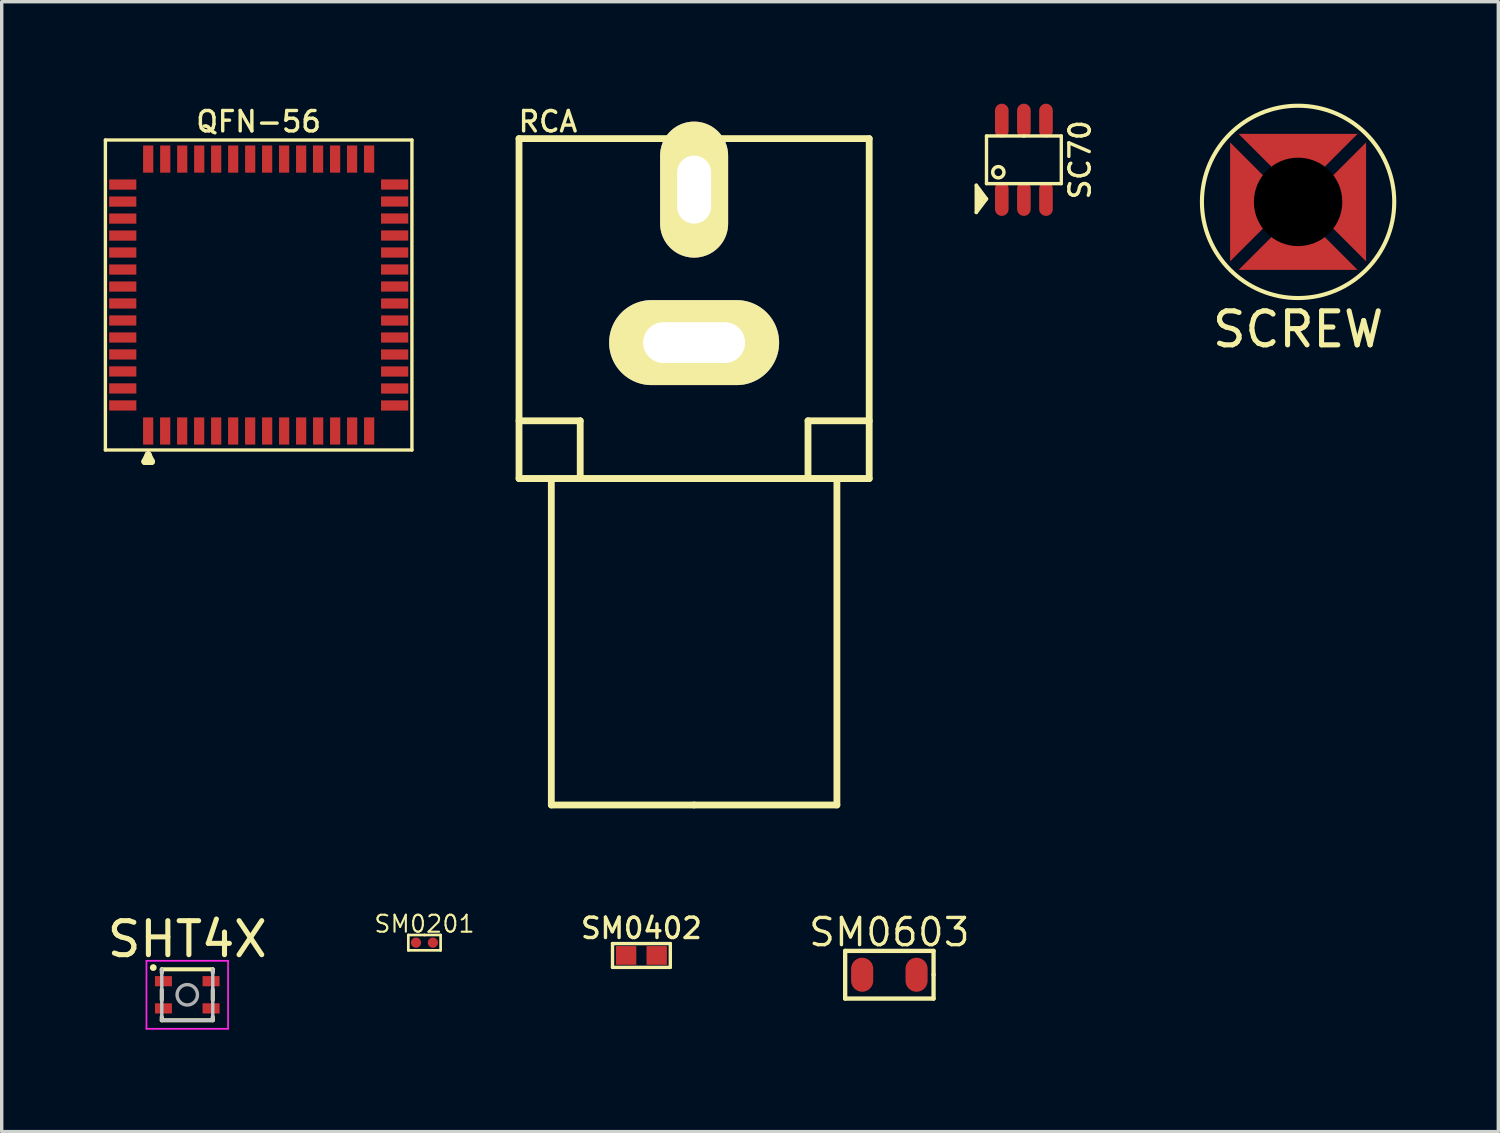
<source format=kicad_pcb>
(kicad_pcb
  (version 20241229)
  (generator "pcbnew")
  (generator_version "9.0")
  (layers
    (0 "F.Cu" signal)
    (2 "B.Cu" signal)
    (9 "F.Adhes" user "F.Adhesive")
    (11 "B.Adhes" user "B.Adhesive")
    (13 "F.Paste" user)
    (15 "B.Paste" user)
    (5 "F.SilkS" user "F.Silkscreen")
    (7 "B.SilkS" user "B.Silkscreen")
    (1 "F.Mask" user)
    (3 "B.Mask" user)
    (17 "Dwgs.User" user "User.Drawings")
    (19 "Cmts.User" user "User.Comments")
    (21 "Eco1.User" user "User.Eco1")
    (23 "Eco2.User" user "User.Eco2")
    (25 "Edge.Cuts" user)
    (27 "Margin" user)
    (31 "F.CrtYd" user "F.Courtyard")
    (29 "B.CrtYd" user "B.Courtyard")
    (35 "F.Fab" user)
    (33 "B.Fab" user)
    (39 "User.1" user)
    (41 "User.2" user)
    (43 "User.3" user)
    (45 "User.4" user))
  (footprint "SHT4X"
    (layer "F.Cu")
    (at 2.458 26.21)
    (property "Reference" "SHT4X" (at 0 -1.635 0) (layer "F.SilkS") (effects (font (size 1 1) (thickness 0.15))))
    (attr smd)
    (fp_line (start -0.75 -0.65) (end -0.75 -0.75) (stroke (width 0.12) (type default)) (layer "F.SilkS"))
    (fp_line (start -0.75 -0.15) (end -0.75 0.15) (stroke (width 0.12) (type default)) (layer "F.SilkS"))
    (fp_line (start -0.75 0.65) (end -0.75 0.75) (stroke (width 0.12) (type default)) (layer "F.SilkS"))
    (fp_line (start 0.75 -0.75) (end -0.75 -0.75) (stroke (width 0.12) (type default)) (layer "F.SilkS"))
    (fp_line (start 0.75 -0.65) (end 0.75 -0.75) (stroke (width 0.12) (type default)) (layer "F.SilkS"))
    (fp_line (start 0.75 -0.15) (end 0.75 0.15) (stroke (width 0.12) (type default)) (layer "F.SilkS"))
    (fp_line (start 0.75 0.65) (end 0.75 0.75) (stroke (width 0.12) (type default)) (layer "F.SilkS"))
    (fp_line (start 0.75 0.75) (end -0.75 0.75) (stroke (width 0.12) (type default)) (layer "F.SilkS"))
    (fp_circle (center -1 -0.8) (end -0.95 -0.8) (stroke (width 0.1) (type solid)) (fill no) (layer "F.SilkS"))
    (fp_line (start -0.75 -0.75) (end -0.75 0.75) (stroke (width 0.1) (type solid)) (layer "Dwgs.User"))
    (fp_line (start -0.75 0.75) (end 0.75 0.75) (stroke (width 0.1) (type solid)) (layer "Dwgs.User"))
    (fp_line (start 0.75 0.75) (end 0.75 -0.75) (stroke (width 0.1) (type solid)) (layer "Dwgs.User"))
    (fp_line (start -1.2 -1) (end -1.2 1) (stroke (width 0.05) (type solid)) (layer "F.CrtYd"))
    (fp_line (start -1.2 1) (end 1.2 1) (stroke (width 0.05) (type solid)) (layer "F.CrtYd"))
    (fp_line (start 1.2 -1) (end -1.2 -1) (stroke (width 0.05) (type solid)) (layer "F.CrtYd"))
    (fp_line (start 1.2 1) (end 1.2 -1) (stroke (width 0.05) (type solid)) (layer "F.CrtYd"))
    (fp_circle (center 0 0) (end 0.3 0) (stroke (width 0.1) (type solid)) (fill no) (layer "F.Fab"))
    (pad "1" smd rect (at -0.7 -0.4) (size 0.5 0.3) (layers "F.Cu" "F.Mask" "F.Paste"))
    (pad "2" smd rect (at -0.7 0.4) (size 0.5 0.3) (layers "F.Cu" "F.Mask" "F.Paste"))
    (pad "3" smd rect (at 0.7 0.4) (size 0.5 0.3) (layers "F.Cu" "F.Mask" "F.Paste"))
    (pad "4" smd rect (at 0.7 -0.4) (size 0.5 0.3) (layers "F.Cu" "F.Mask" "F.Paste")))
  (footprint "QFN-56"
    (layer "F.Cu")
    (at 4.558 5.627)
    (property "Reference" "QFN-56" (at 0 -5.1 0) (layer "F.SilkS") (effects (font (size 0.6 0.6) (thickness 0.1))))
    (attr through_hole)
    (fp_line (start -4.508 -4.559) (end -4.508 4.559) (stroke (width 0.099) (type solid)) (layer "F.SilkS"))
    (fp_line (start -4.508 -4.559) (end 4.508 -4.559) (stroke (width 0.099) (type solid)) (layer "F.SilkS"))
    (fp_line (start -4.508 4.559) (end 4.508 4.559) (stroke (width 0.099) (type solid)) (layer "F.SilkS"))
    (fp_line (start -3.25 4.7) (end -3.35 4.9) (stroke (width 0.2) (type solid)) (layer "F.SilkS"))
    (fp_line (start -3.25 4.7) (end -3.25 4.9) (stroke (width 0.2) (type solid)) (layer "F.SilkS"))
    (fp_line (start -3.25 4.7) (end -3.15 4.9) (stroke (width 0.2) (type solid)) (layer "F.SilkS"))
    (fp_line (start -3.15 4.9) (end -3.35 4.9) (stroke (width 0.2) (type solid)) (layer "F.SilkS"))
    (fp_line (start 4.508 -4.559) (end 4.508 4.559) (stroke (width 0.099) (type solid)) (layer "F.SilkS"))
    (pad "1" smd rect (at -3.25 4) (size 0.3 0.8) (layers "F.Cu" "F.Mask" "F.Paste"))
    (pad "2" smd rect (at -2.75 4) (size 0.3 0.8) (layers "F.Cu" "F.Mask" "F.Paste"))
    (pad "3" smd rect (at -2.25 4) (size 0.3 0.8) (layers "F.Cu" "F.Mask" "F.Paste"))
    (pad "4" smd rect (at -1.75 4) (size 0.3 0.8) (layers "F.Cu" "F.Mask" "F.Paste"))
    (pad "5" smd rect (at -1.25 4) (size 0.3 0.8) (layers "F.Cu" "F.Mask" "F.Paste"))
    (pad "6" smd rect (at -0.75 4) (size 0.3 0.8) (layers "F.Cu" "F.Mask" "F.Paste"))
    (pad "7" smd rect (at -0.25 4) (size 0.3 0.8) (layers "F.Cu" "F.Mask" "F.Paste"))
    (pad "8" smd rect (at 0.25 4) (size 0.3 0.8) (layers "F.Cu" "F.Mask" "F.Paste"))
    (pad "9" smd rect (at 0.75 4) (size 0.3 0.8) (layers "F.Cu" "F.Mask" "F.Paste"))
    (pad "10" smd rect (at 1.25 4) (size 0.3 0.8) (layers "F.Cu" "F.Mask" "F.Paste"))
    (pad "11" smd rect (at 1.75 4) (size 0.3 0.8) (layers "F.Cu" "F.Mask" "F.Paste"))
    (pad "12" smd rect (at 2.25 4) (size 0.3 0.8) (layers "F.Cu" "F.Mask" "F.Paste"))
    (pad "13" smd rect (at 2.75 4) (size 0.3 0.8) (layers "F.Cu" "F.Mask" "F.Paste"))
    (pad "14" smd rect (at 3.25 4) (size 0.3 0.8) (layers "F.Cu" "F.Mask" "F.Paste"))
    (pad "15" smd rect (at 4 3.25 90) (size 0.3 0.8) (layers "F.Cu" "F.Mask" "F.Paste"))
    (pad "16" smd rect (at 4 2.75 90) (size 0.3 0.8) (layers "F.Cu" "F.Mask" "F.Paste"))
    (pad "17" smd rect (at 4 2.25 90) (size 0.3 0.8) (layers "F.Cu" "F.Mask" "F.Paste"))
    (pad "18" smd rect (at 4 1.75 90) (size 0.3 0.8) (layers "F.Cu" "F.Mask" "F.Paste"))
    (pad "19" smd rect (at 4 1.25 90) (size 0.3 0.8) (layers "F.Cu" "F.Mask" "F.Paste"))
    (pad "20" smd rect (at 4 0.75 90) (size 0.3 0.8) (layers "F.Cu" "F.Mask" "F.Paste"))
    (pad "21" smd rect (at 4 0.25 90) (size 0.3 0.8) (layers "F.Cu" "F.Mask" "F.Paste"))
    (pad "22" smd rect (at 4 -0.25 90) (size 0.3 0.8) (layers "F.Cu" "F.Mask" "F.Paste"))
    (pad "23" smd rect (at 4 -0.75 90) (size 0.3 0.8) (layers "F.Cu" "F.Mask" "F.Paste"))
    (pad "24" smd rect (at 4 -1.25 90) (size 0.3 0.8) (layers "F.Cu" "F.Mask" "F.Paste"))
    (pad "25" smd rect (at 4 -1.75 90) (size 0.3 0.8) (layers "F.Cu" "F.Mask" "F.Paste"))
    (pad "26" smd rect (at 4 -2.25 90) (size 0.3 0.8) (layers "F.Cu" "F.Mask" "F.Paste"))
    (pad "27" smd rect (at 4 -2.75 90) (size 0.3 0.8) (layers "F.Cu" "F.Mask" "F.Paste"))
    (pad "28" smd rect (at 4 -3.25 90) (size 0.3 0.8) (layers "F.Cu" "F.Mask" "F.Paste"))
    (pad "29" smd rect (at 3.249 -3.998) (size 0.3 0.8) (layers "F.Cu" "F.Mask" "F.Paste"))
    (pad "30" smd rect (at 2.748 -3.998) (size 0.3 0.8) (layers "F.Cu" "F.Mask" "F.Paste"))
    (pad "31" smd rect (at 2.248 -3.998) (size 0.3 0.8) (layers "F.Cu" "F.Mask" "F.Paste"))
    (pad "32" smd rect (at 1.748 -3.998) (size 0.3 0.8) (layers "F.Cu" "F.Mask" "F.Paste"))
    (pad "33" smd rect (at 1.25 -3.998) (size 0.3 0.8) (layers "F.Cu" "F.Mask" "F.Paste"))
    (pad "34" smd rect (at 0.749 -3.998) (size 0.3 0.8) (layers "F.Cu" "F.Mask" "F.Paste"))
    (pad "35" smd rect (at 0.249 -3.998) (size 0.3 0.8) (layers "F.Cu" "F.Mask" "F.Paste"))
    (pad "36" smd rect (at -0.249 -3.998) (size 0.3 0.8) (layers "F.Cu" "F.Mask" "F.Paste"))
    (pad "37" smd rect (at -0.749 -3.998) (size 0.3 0.8) (layers "F.Cu" "F.Mask" "F.Paste"))
    (pad "38" smd rect (at -1.25 -3.998) (size 0.3 0.8) (layers "F.Cu" "F.Mask" "F.Paste"))
    (pad "39" smd rect (at -1.748 -3.998) (size 0.3 0.8) (layers "F.Cu" "F.Mask" "F.Paste"))
    (pad "40" smd rect (at -2.248 -3.998) (size 0.3 0.8) (layers "F.Cu" "F.Mask" "F.Paste"))
    (pad "41" smd rect (at -2.748 -3.998) (size 0.3 0.8) (layers "F.Cu" "F.Mask" "F.Paste"))
    (pad "42" smd rect (at -3.249 -3.998) (size 0.3 0.8) (layers "F.Cu" "F.Mask" "F.Paste"))
    (pad "43" smd rect (at -3.998 -3.249 90) (size 0.3 0.8) (layers "F.Cu" "F.Mask" "F.Paste"))
    (pad "44" smd rect (at -3.998 -2.748 90) (size 0.3 0.8) (layers "F.Cu" "F.Mask" "F.Paste"))
    (pad "45" smd rect (at -3.998 -2.248 90) (size 0.3 0.8) (layers "F.Cu" "F.Mask" "F.Paste"))
    (pad "46" smd rect (at -3.998 -1.748 90) (size 0.3 0.8) (layers "F.Cu" "F.Mask" "F.Paste"))
    (pad "47" smd rect (at -3.998 -1.25 90) (size 0.3 0.8) (layers "F.Cu" "F.Mask" "F.Paste"))
    (pad "48" smd rect (at -3.998 -0.749 90) (size 0.3 0.8) (layers "F.Cu" "F.Mask" "F.Paste"))
    (pad "49" smd rect (at -3.998 -0.249 90) (size 0.3 0.8) (layers "F.Cu" "F.Mask" "F.Paste"))
    (pad "50" smd rect (at -3.998 0.249 90) (size 0.3 0.8) (layers "F.Cu" "F.Mask" "F.Paste"))
    (pad "51" smd rect (at -3.998 0.749 90) (size 0.3 0.8) (layers "F.Cu" "F.Mask" "F.Paste"))
    (pad "52" smd rect (at -3.998 1.25 90) (size 0.3 0.8) (layers "F.Cu" "F.Mask" "F.Paste"))
    (pad "53" smd rect (at -3.998 1.748 90) (size 0.3 0.8) (layers "F.Cu" "F.Mask" "F.Paste"))
    (pad "54" smd rect (at -3.998 2.248 90) (size 0.3 0.8) (layers "F.Cu" "F.Mask" "F.Paste"))
    (pad "55" smd rect (at -3.998 2.748 90) (size 0.3 0.8) (layers "F.Cu" "F.Mask" "F.Paste"))
    (pad "56" smd rect (at -3.998 3.249 90) (size 0.3 0.8) (layers "F.Cu" "F.Mask" "F.Paste")))
  (footprint "SM0402"
    (layer "F.Cu")
    (at 15.816 25.053)
    (property "Reference" "SM0402" (at 0 -0.8 0) (layer "F.SilkS") (effects (font (size 0.6 0.6) (thickness 0.1))))
    (attr smd)
    (fp_line (start -0.85 -0.35) (end -0.85 0.35) (stroke (width 0.1) (type solid)) (layer "F.SilkS"))
    (fp_line (start -0.85 0.35) (end 0.85 0.35) (stroke (width 0.1) (type solid)) (layer "F.SilkS"))
    (fp_line (start 0.85 -0.35) (end -0.85 -0.35) (stroke (width 0.1) (type solid)) (layer "F.SilkS"))
    (fp_line (start 0.85 0.35) (end 0.85 -0.35) (stroke (width 0.1) (type solid)) (layer "F.SilkS"))
    (pad "1" smd rect (at -0.45 0) (size 0.6 0.55) (layers "F.Cu" "F.Mask" "F.Paste"))
    (pad "2" smd rect (at 0.45 0) (size 0.6 0.55) (layers "F.Cu" "F.Mask" "F.Paste")))
  (footprint "SM0201"
    (layer "F.Cu")
    (at 9.435 24.677)
    (property "Reference" "SM0201" (at 0 -0.551 0) (layer "F.SilkS") (effects (font (size 0.5 0.5) (thickness 0.061))))
    (attr through_hole)
    (fp_line (start -0.475 -0.226) (end -0.475 0.226) (stroke (width 0.079) (type solid)) (layer "F.SilkS"))
    (fp_line (start -0.475 0.226) (end 0.475 0.226) (stroke (width 0.079) (type solid)) (layer "F.SilkS"))
    (fp_line (start 0 -0.226) (end -0.475 -0.226) (stroke (width 0.079) (type solid)) (layer "F.SilkS"))
    (fp_line (start 0.475 -0.226) (end 0 -0.226) (stroke (width 0.079) (type solid)) (layer "F.SilkS"))
    (fp_line (start 0.475 0.226) (end 0.475 -0.226) (stroke (width 0.079) (type solid)) (layer "F.SilkS"))
    (pad "1" smd oval (at -0.249 0) (size 0.3 0.3) (layers "F.Cu" "F.Mask" "F.Paste"))
    (pad "2" smd oval (at 0.249 0) (size 0.3 0.3) (layers "F.Cu" "F.Mask" "F.Paste")))
  (footprint "SM0603"
    (layer "F.Cu")
    (at 23.109 25.62)
    (property "Reference" "SM0603" (at 0 -1.25 0) (layer "F.SilkS") (effects (font (size 0.8 0.8) (thickness 0.1))))
    (attr smd)
    (fp_line (start -1.3 -0.701) (end -1.3 0.701) (stroke (width 0.127) (type solid)) (layer "F.SilkS"))
    (fp_line (start -1.3 0.701) (end 1.3 0.701) (stroke (width 0.127) (type solid)) (layer "F.SilkS"))
    (fp_line (start 1.3 -0.701) (end -1.3 -0.701) (stroke (width 0.127) (type solid)) (layer "F.SilkS"))
    (fp_line (start 1.3 0) (end 1.3 -0.701) (stroke (width 0.127) (type solid)) (layer "F.SilkS"))
    (fp_line (start 1.3 0.701) (end 1.3 0) (stroke (width 0.127) (type solid)) (layer "F.SilkS"))
    (pad "1" smd oval (at -0.8 0) (size 0.65 1) (layers "F.Cu" "F.Mask" "F.Paste"))
    (pad "2" smd oval (at 0.8 0) (size 0.65 1) (layers "F.Cu" "F.Mask" "F.Paste")))
  (footprint "SCREW"
    (layer "F.Cu")
    (at 35.131 2.888)
    (property "Reference" "SCREW" (at 0 3.75 180) (layer "F.SilkS") (effects (font (size 1 1) (thickness 0.15))))
    (attr through_hole)
    (fp_circle (center 0 0) (end 2 -2) (stroke (width 0.12) (type solid)) (fill no) (layer "F.SilkS"))
    (pad "" np_thru_hole circle (at 0 0) (size 2.6 2.6) (drill 2.6) (layers "*.Mask"))
    (pad "1" smd trapezoid (at 0 -1.5 180) (size 2.5 1) (rect_delta 0 1) (layers "F.Cu" "F.Mask" "F.Paste"))
    (pad "1" smd trapezoid (at 0 1.5) (size 2.5 1) (rect_delta 0 1) (layers "F.Cu" "F.Mask" "F.Paste"))
    (pad "2" smd trapezoid (at -1.5 0 270) (size 2.5 1) (rect_delta 0 1) (layers "F.Cu" "F.Mask" "F.Paste"))
    (pad "2" smd trapezoid (at 1.5 0 90) (size 2.5 1) (rect_delta 0 1) (layers "F.Cu" "F.Mask" "F.Paste")))
  (footprint "SC70"
    (layer "F.Cu")
    (at 27.066 1.65)
    (property "Reference" "SC70" (at 1.65 0 90) (layer "F.SilkS") (effects (font (size 0.6 0.6) (thickness 0.1))))
    (attr through_hole)
    (fp_line (start -1.4 0.749) (end -1.4 1.549) (stroke (width 0.102) (type solid)) (layer "F.SilkS"))
    (fp_line (start -1.4 1.549) (end -1.1 1.151) (stroke (width 0.102) (type solid)) (layer "F.SilkS"))
    (fp_line (start -1.349 0.95) (end -1.349 1.351) (stroke (width 0.102) (type solid)) (layer "F.SilkS"))
    (fp_line (start -1.3 1.001) (end -1.3 1.3) (stroke (width 0.102) (type solid)) (layer "F.SilkS"))
    (fp_line (start -1.25 1.049) (end -1.25 1.25) (stroke (width 0.102) (type solid)) (layer "F.SilkS"))
    (fp_line (start -1.199 1.1) (end -1.199 1.151) (stroke (width 0.102) (type solid)) (layer "F.SilkS"))
    (fp_line (start -1.1 -0.701) (end 0 -0.701) (stroke (width 0.099) (type solid)) (layer "F.SilkS"))
    (fp_line (start -1.1 0.701) (end -1.1 -0.701) (stroke (width 0.099) (type solid)) (layer "F.SilkS"))
    (fp_line (start -1.1 1.151) (end -1.4 0.749) (stroke (width 0.102) (type solid)) (layer "F.SilkS"))
    (fp_line (start 0 -0.701) (end 1.1 -0.701) (stroke (width 0.099) (type solid)) (layer "F.SilkS"))
    (fp_line (start 1.1 -0.701) (end 1.1 0.701) (stroke (width 0.099) (type solid)) (layer "F.SilkS"))
    (fp_line (start 1.1 0.701) (end -1.1 0.701) (stroke (width 0.099) (type solid)) (layer "F.SilkS"))
    (fp_circle (center -0.752 0.366) (end -0.64 0.488) (stroke (width 0.102) (type solid)) (fill no) (layer "F.SilkS"))
    (pad "1" smd oval (at -0.65 1.15) (size 0.4 1) (layers "F.Cu" "F.Mask" "F.Paste"))
    (pad "2" smd oval (at 0 1.15) (size 0.4 1) (layers "F.Cu" "F.Mask" "F.Paste"))
    (pad "3" smd oval (at 0.65 1.15) (size 0.4 1) (layers "F.Cu" "F.Mask" "F.Paste"))
    (pad "4" smd oval (at 0.65 -1.15) (size 0.4 1) (layers "F.Cu" "F.Mask" "F.Paste"))
    (pad "5" smd oval (at 0 -1.15) (size 0.4 1) (layers "F.Cu" "F.Mask" "F.Paste"))
    (pad "6" smd oval (at -0.65 -1.15) (size 0.4 1) (layers "F.Cu" "F.Mask" "F.Paste")))
  (footprint "RCA"
    (layer "F.Cu")
    (at 17.366 11.027)
    (property "Reference" "RCA" (at -4.3 -10.5 0) (layer "F.SilkS") (effects (font (size 0.6 0.6) (thickness 0.1))))
    (attr through_hole)
    (fp_line (start -5.15 -10) (end 5.15 -10) (stroke (width 0.2) (type solid)) (layer "F.SilkS"))
    (fp_line (start -5.15 0) (end -5.15 -10) (stroke (width 0.2) (type solid)) (layer "F.SilkS"))
    (fp_line (start -5 0) (end 5 0) (stroke (width 0.2) (type solid)) (layer "F.SilkS"))
    (fp_line (start -4.2 0) (end -4.2 9.6) (stroke (width 0.2) (type solid)) (layer "F.SilkS"))
    (fp_line (start -4.2 9.6) (end 0 9.6) (stroke (width 0.2) (type solid)) (layer "F.SilkS"))
    (fp_line (start -3.35 -1.7) (end -5.15 -1.7) (stroke (width 0.2) (type solid)) (layer "F.SilkS"))
    (fp_line (start -3.35 0) (end -3.35 -1.7) (stroke (width 0.2) (type solid)) (layer "F.SilkS"))
    (fp_line (start 3.35 -1.7) (end 5.15 -1.7) (stroke (width 0.2) (type solid)) (layer "F.SilkS"))
    (fp_line (start 3.35 0) (end 3.35 -1.7) (stroke (width 0.2) (type solid)) (layer "F.SilkS"))
    (fp_line (start 4.2 0) (end 4.2 9.6) (stroke (width 0.2) (type solid)) (layer "F.SilkS"))
    (fp_line (start 4.2 9.6) (end 0 9.6) (stroke (width 0.2) (type solid)) (layer "F.SilkS"))
    (fp_line (start 5.15 -10) (end 5.15 0) (stroke (width 0.2) (type solid)) (layer "F.SilkS"))
    (fp_line (start 5.15 0) (end -5.15 0) (stroke (width 0.2) (type solid)) (layer "F.SilkS"))
    (pad "1" thru_hole oval (at 0 -8.5) (size 2 4) (drill oval 1 2) (layers "*.Cu" "*.Paste" "*.Mask" "F.SilkS"))
    (pad "2" thru_hole oval (at 0 -4) (size 5 2.5) (drill oval 3 1.2) (layers "*.Cu" "*.Paste" "*.Mask" "F.SilkS")))
  (gr_rect
    (start -3 -3)
    (end 41.02 30.235)
    (stroke (width 0.1) (type default))
    (fill no)
    (layer "Edge.Cuts")))
</source>
